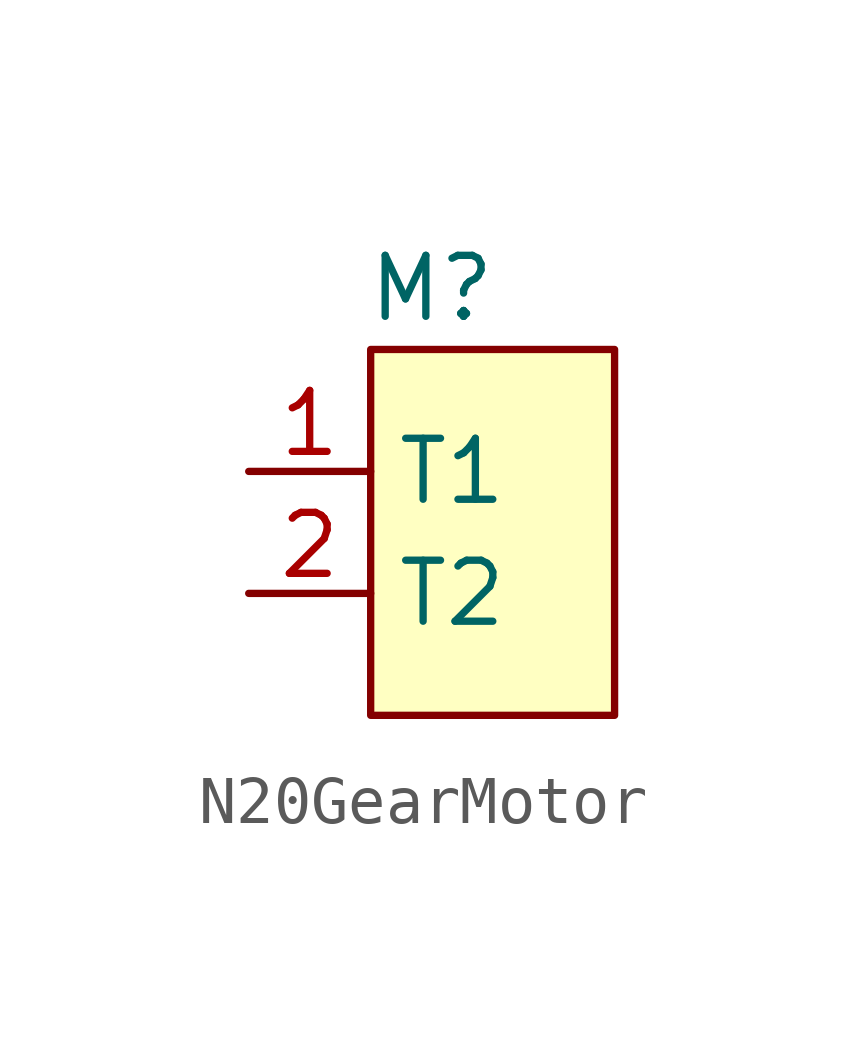
<source format=kicad_sym>
(kicad_symbol_lib
  (version 20220914)
  (generator kicad_symbol_editor)
  (symbol "N20GearMotor"
    (property "Reference" "M"
      (at -1.27 5.08 0)
      (effects (font (size 1.27 1.27))))
    (property "Value" ""
      (at 0 0 0)
      (effects (font (size 1.27 1.27))))
    (symbol "N20GearMotor_1_1"
      (rectangle (start -2.54 3.81) (end 2.54 -3.81) (stroke (width 0) (type default)) (fill (type background)))
      (pin input line (at -5.08 1.27 0) (length 2.54) (name "T1" (effects (font (size 1.27 1.27)))) (number "1" (effects (font (size 1.27 1.27)))))
      (pin input line (at -5.08 -1.27 0) (length 2.54) (name "T2" (effects (font (size 1.27 1.27)))) (number "2" (effects (font (size 1.27 1.27))))))))
</source>
